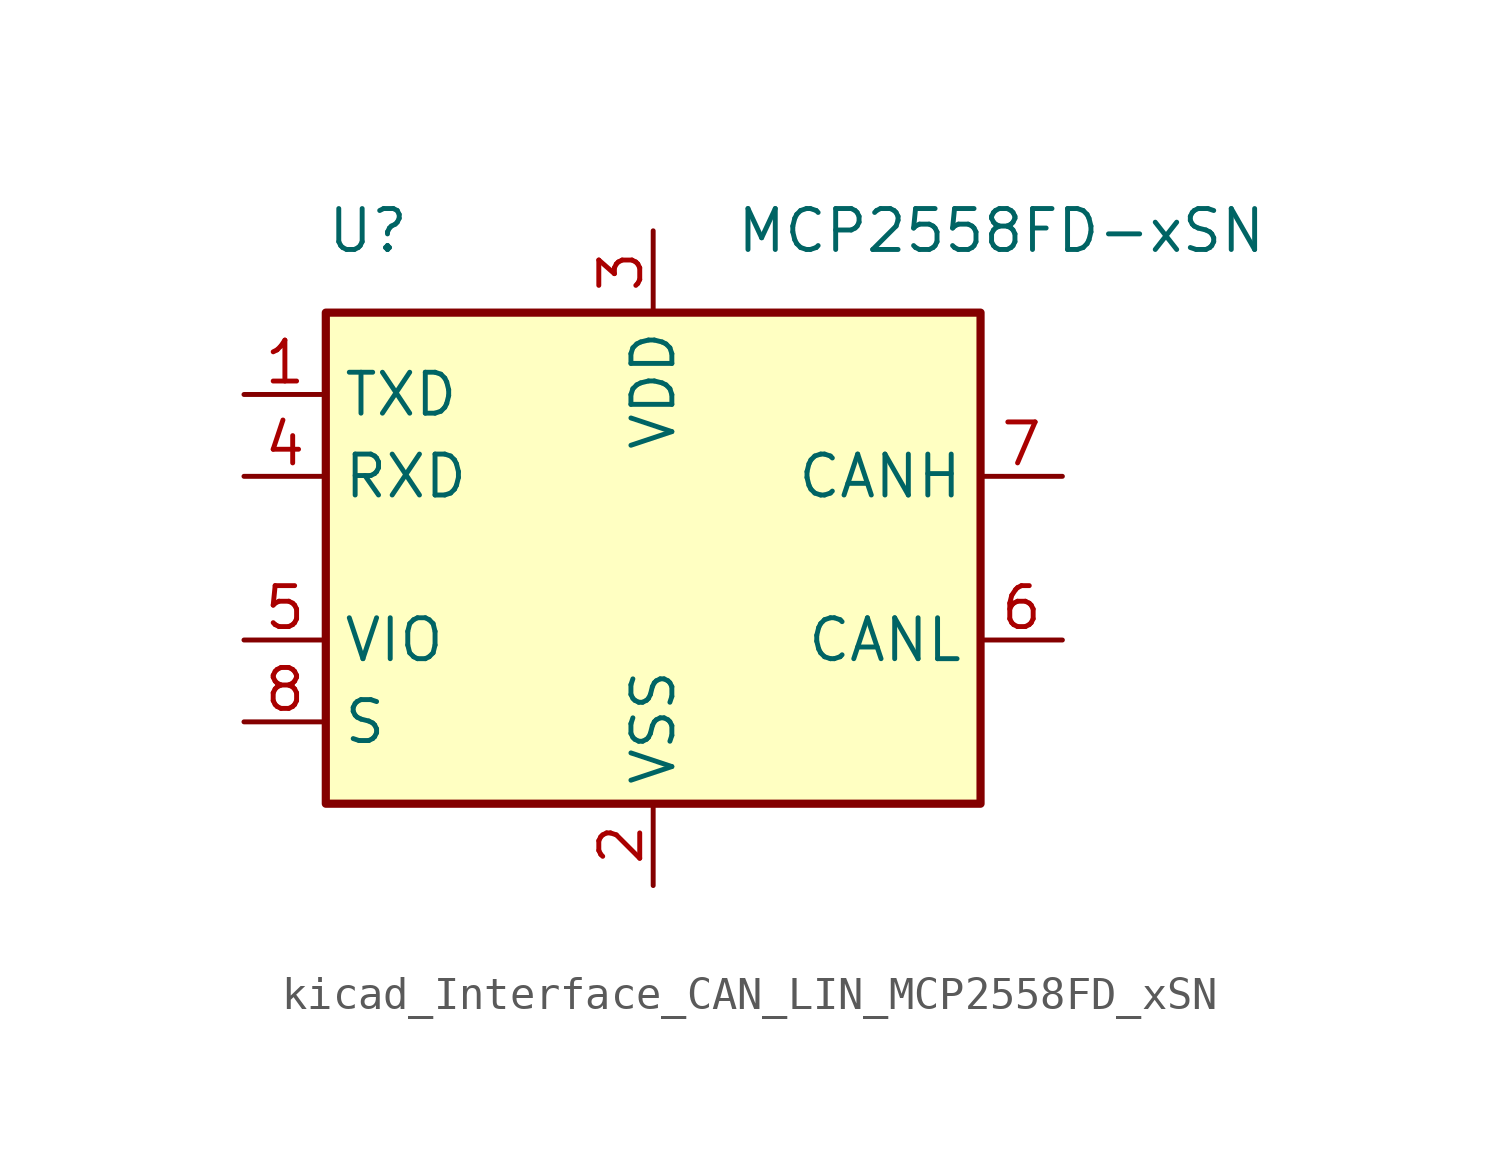
<source format=kicad_sym>
(kicad_symbol_lib
  (version 20220914)
  (generator kicad_symbol_editor)
  (symbol "kicad_Interface_CAN_LIN_MCP2558FD_xSN"
    (property "Reference" "U"
      (at -10.16 10.16 0)
      (effects (font (size 1.27 1.27)) (justify left)))
    (property "Value" "MCP2558FD-xSN"
      (at 2.54 10.16 0)
      (effects (font (size 1.27 1.27)) (justify left)))
    (symbol "kicad_Interface_CAN_LIN_MCP2558FD_xSN_0_1"
      (rectangle (start -10.16 7.62) (end 10.16 -7.62) (stroke (width 0.254) (type default)) (fill (type background))))
    (symbol "kicad_Interface_CAN_LIN_MCP2558FD_xSN_1_1"
      (pin input line (at -12.7 5.08 0) (length 2.54) (name "TXD" (effects (font (size 1.27 1.27)))) (number "1" (effects (font (size 1.27 1.27)))))
      (pin power_in line (at 0 -10.16 90) (length 2.54) (name "VSS" (effects (font (size 1.27 1.27)))) (number "2" (effects (font (size 1.27 1.27)))))
      (pin power_in line (at 0 10.16 270) (length 2.54) (name "VDD" (effects (font (size 1.27 1.27)))) (number "3" (effects (font (size 1.27 1.27)))))
      (pin output line (at -12.7 2.54 0) (length 2.54) (name "RXD" (effects (font (size 1.27 1.27)))) (number "4" (effects (font (size 1.27 1.27)))))
      (pin power_in line (at -12.7 -2.54 0) (length 2.54) (name "VIO" (effects (font (size 1.27 1.27)))) (number "5" (effects (font (size 1.27 1.27)))))
      (pin bidirectional line (at 12.7 -2.54 180) (length 2.54) (name "CANL" (effects (font (size 1.27 1.27)))) (number "6" (effects (font (size 1.27 1.27)))))
      (pin bidirectional line (at 12.7 2.54 180) (length 2.54) (name "CANH" (effects (font (size 1.27 1.27)))) (number "7" (effects (font (size 1.27 1.27)))))
      (pin input line (at -12.7 -5.08 0) (length 2.54) (name "S" (effects (font (size 1.27 1.27)))) (number "8" (effects (font (size 1.27 1.27))))))))
</source>
